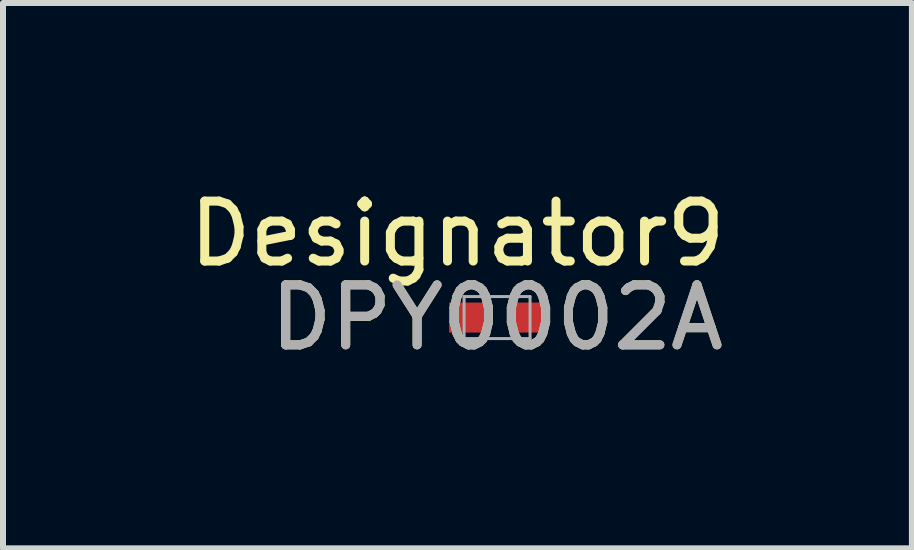
<source format=kicad_pcb>
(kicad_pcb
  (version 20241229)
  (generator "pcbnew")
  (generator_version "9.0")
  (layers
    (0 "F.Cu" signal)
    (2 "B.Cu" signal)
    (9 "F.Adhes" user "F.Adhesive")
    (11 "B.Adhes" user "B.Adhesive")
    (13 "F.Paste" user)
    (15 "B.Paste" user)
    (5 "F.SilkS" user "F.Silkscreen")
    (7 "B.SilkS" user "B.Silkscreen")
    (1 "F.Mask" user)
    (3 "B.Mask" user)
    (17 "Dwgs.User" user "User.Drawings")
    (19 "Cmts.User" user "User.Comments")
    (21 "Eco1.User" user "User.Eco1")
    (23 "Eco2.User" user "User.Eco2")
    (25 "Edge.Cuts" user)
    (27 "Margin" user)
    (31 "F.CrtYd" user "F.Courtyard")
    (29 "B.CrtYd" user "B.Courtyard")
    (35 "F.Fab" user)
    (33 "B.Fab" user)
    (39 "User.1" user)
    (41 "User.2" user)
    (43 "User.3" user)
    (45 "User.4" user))
  (footprint "DPY0002A"
    (layer "F.Cu")
    (at 5.238 2.245)
    (property "Reference" "DPY0002A" (at 0 0 0) (unlocked yes) (layer "F.SilkS") (effects (font (size 1 1) (thickness 0.15))))
    (attr smd)
    (fp_line (start -0.55 -0.35) (end 0.55 -0.35) (stroke (width 0.05) (type solid)) (layer "F.Fab"))
    (fp_line (start -0.55 0.35) (end -0.55 -0.35) (stroke (width 0.05) (type solid)) (layer "F.Fab"))
    (fp_line (start -0.55 0.35) (end 0.55 0.35) (stroke (width 0.05) (type solid)) (layer "F.Fab"))
    (fp_line (start 0.55 0.35) (end 0.55 -0.35) (stroke (width 0.05) (type solid)) (layer "F.Fab"))
    (fp_text user "Designator9" (at -0.66 -1.397 0) (unlocked yes) (layer "F.SilkS") (effects (font (size 1 1) (thickness 0.15))))
    (fp_text user "${REFERENCE}" (at 0 0 0) (unlocked yes) (layer "F.Fab") (effects (font (size 1 1) (thickness 0.15))))
    (pad "1" smd rect (at -0.5 0) (size 0.6 0.5) (layers "F.Cu" "F.Mask" "F.Paste"))
    (pad "2" smd rect (at 0.5 0) (size 0.6 0.5) (layers "F.Cu" "F.Mask" "F.Paste")))
  (gr_rect
    (start -3 -3)
    (end 12.155 6.093)
    (stroke (width 0.1) (type default))
    (fill no)
    (layer "Edge.Cuts")))
</source>
